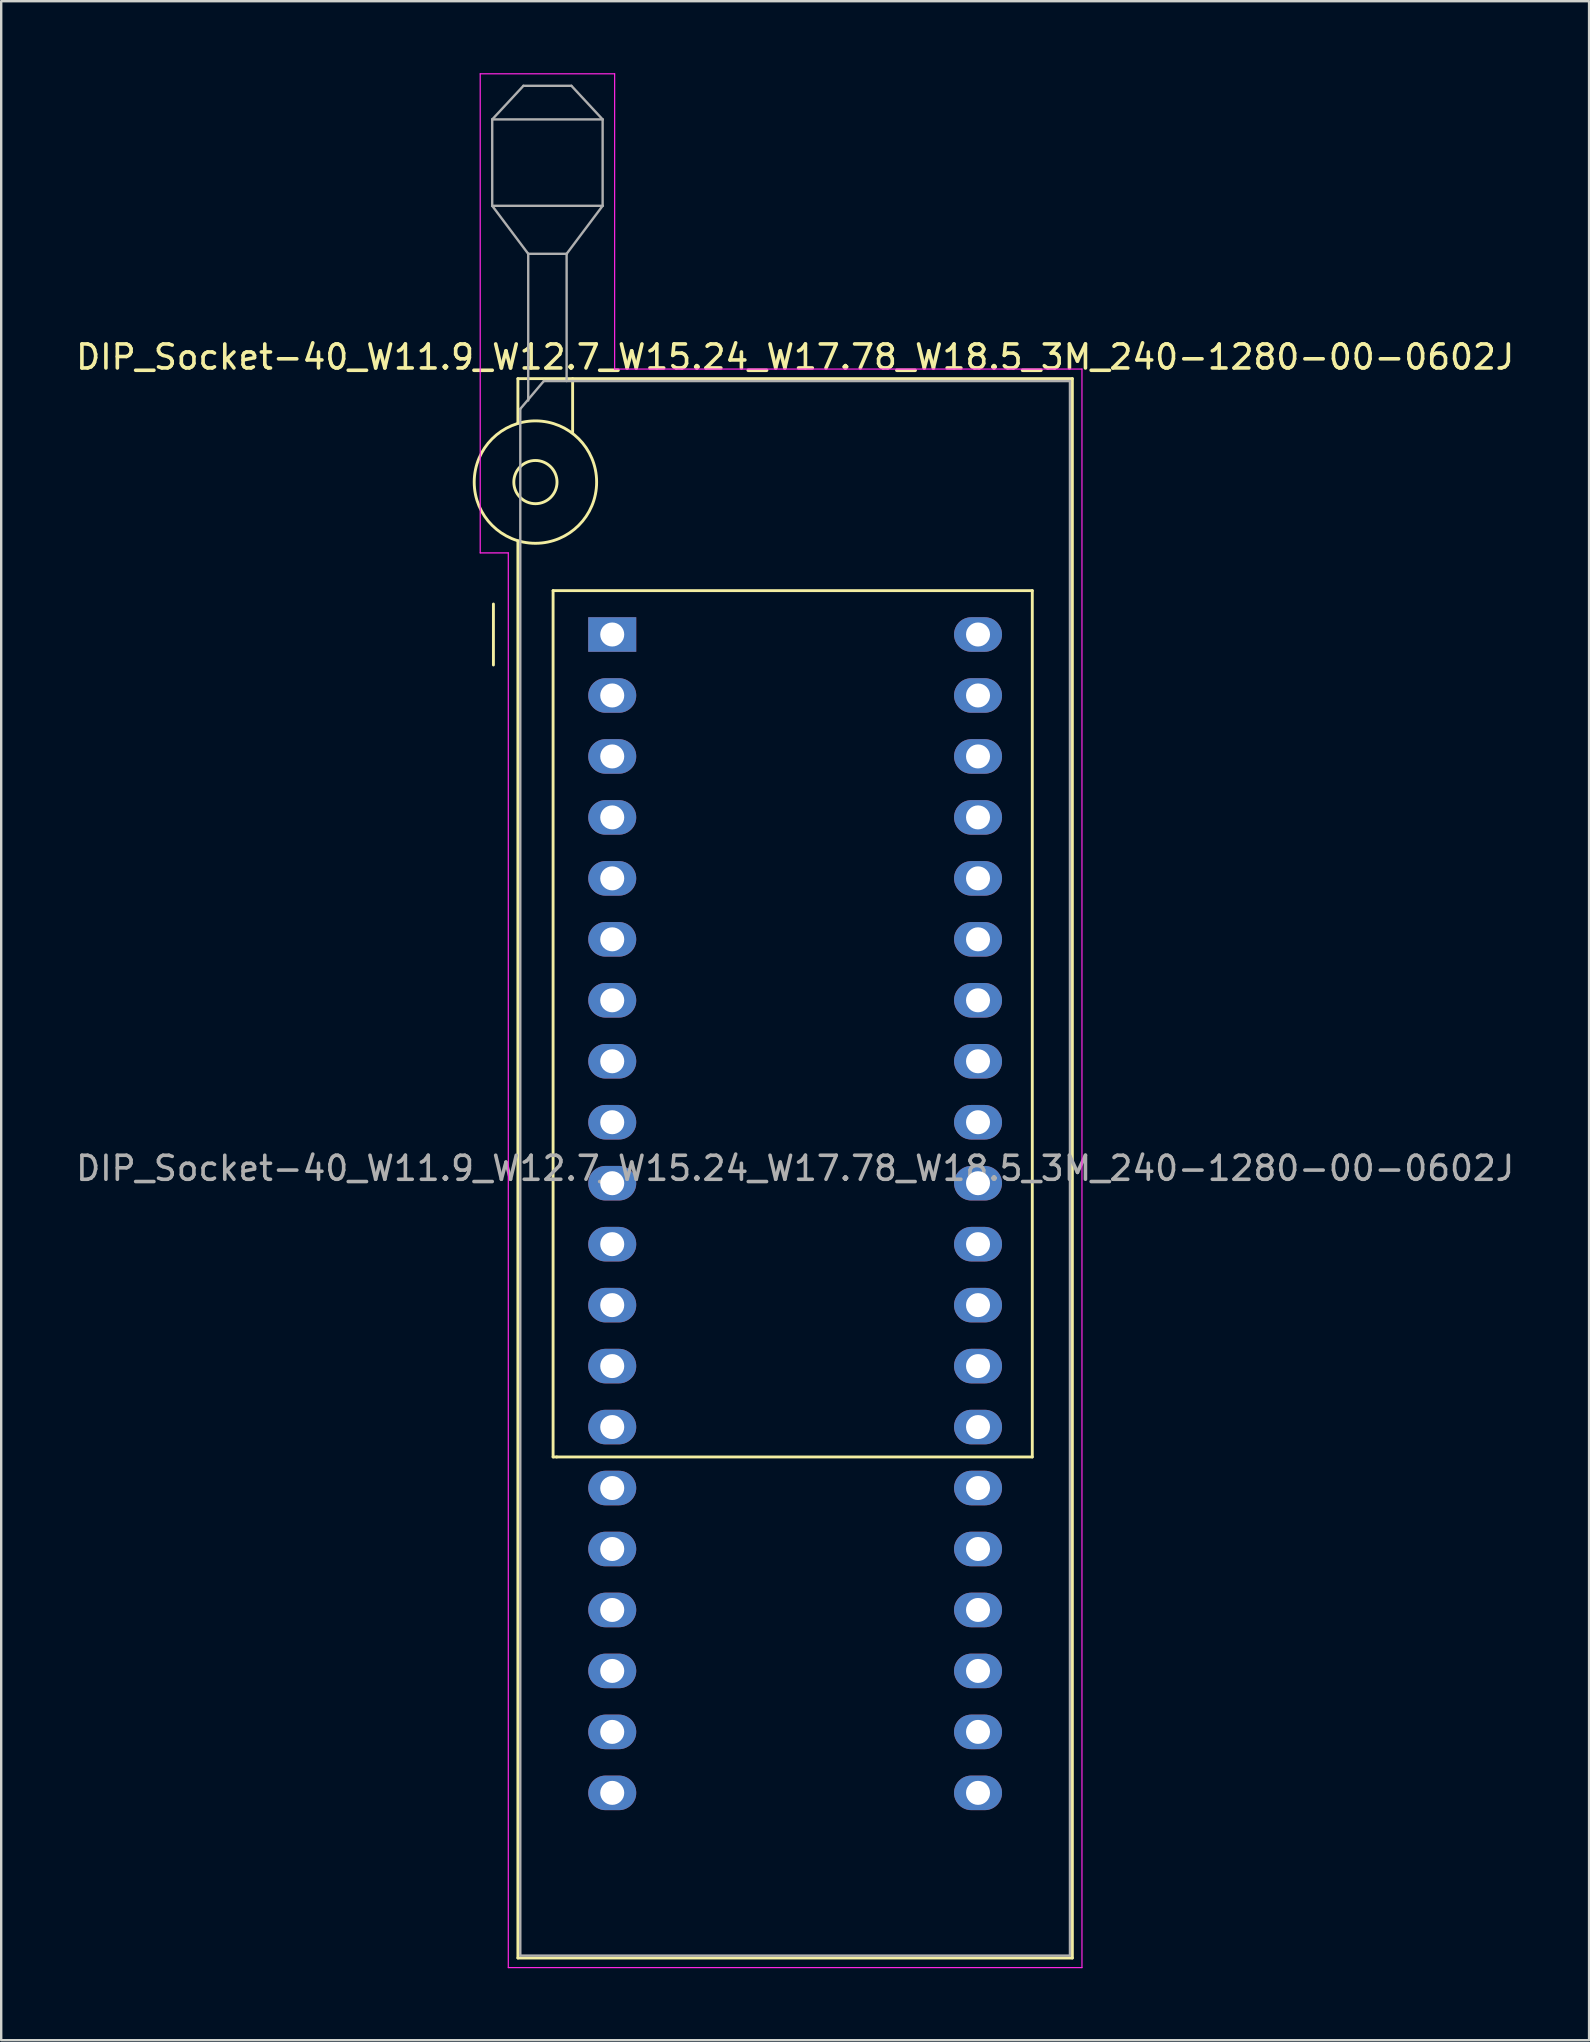
<source format=kicad_pcb>
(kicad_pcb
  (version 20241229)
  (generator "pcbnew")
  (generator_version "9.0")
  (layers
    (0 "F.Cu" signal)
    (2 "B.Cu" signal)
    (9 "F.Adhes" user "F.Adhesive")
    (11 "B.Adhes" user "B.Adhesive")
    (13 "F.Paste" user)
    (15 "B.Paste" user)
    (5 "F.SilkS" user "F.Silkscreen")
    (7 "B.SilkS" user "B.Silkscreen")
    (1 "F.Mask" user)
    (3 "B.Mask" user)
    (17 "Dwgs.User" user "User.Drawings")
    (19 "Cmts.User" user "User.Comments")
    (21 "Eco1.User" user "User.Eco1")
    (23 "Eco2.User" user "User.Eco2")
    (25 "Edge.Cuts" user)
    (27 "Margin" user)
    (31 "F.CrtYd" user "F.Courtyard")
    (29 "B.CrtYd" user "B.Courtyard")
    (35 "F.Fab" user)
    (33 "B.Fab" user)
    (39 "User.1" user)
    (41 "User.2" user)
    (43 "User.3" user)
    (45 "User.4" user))
  (footprint "DIP_Socket-40_W11.9_W12.7_W15.24_W17.78_W18.5_3M_240-1280-00-0602J"
    (layer "F.Cu")
    (at 29.823 45.077)
    (property "Reference" "DIP_Socket-40_W11.9_W12.7_W15.24_W17.78_W18.5_3M_240-1280-00-0602J" (at 0.254 -33.252 0) (layer "F.SilkS") (effects (font (size 1 1) (thickness 0.15))))
    (attr through_hole)
    (fp_line (start -12.316 -20.422) (end -12.316 -22.962) (stroke (width 0.12) (type solid)) (layer "F.SilkS"))
    (fp_line (start -11.296 -32.352) (end -11.296 -30.492) (stroke (width 0.12) (type solid)) (layer "F.SilkS"))
    (fp_line (start -11.296 -25.592) (end -11.296 33.448) (stroke (width 0.12) (type solid)) (layer "F.SilkS"))
    (fp_line (start -11.296 33.448) (end 11.804 33.448) (stroke (width 0.12) (type solid)) (layer "F.SilkS"))
    (fp_line (start -9.83 -23.52) (end -9.83 12.573) (stroke (width 0.12) (type solid)) (layer "F.SilkS"))
    (fp_line (start -9.83 12.573) (end -9.677 12.573) (stroke (width 0.12) (type solid)) (layer "F.SilkS"))
    (fp_line (start -9.677 12.573) (end 10.135 12.573) (stroke (width 0.12) (type solid)) (layer "F.SilkS"))
    (fp_line (start -9.016 -32.352) (end -9.016 -30.092) (stroke (width 0.12) (type solid)) (layer "F.SilkS"))
    (fp_line (start 10.135 -23.52) (end -9.83 -23.52) (stroke (width 0.12) (type solid)) (layer "F.SilkS"))
    (fp_line (start 10.135 12.573) (end 10.135 -23.52) (stroke (width 0.12) (type solid)) (layer "F.SilkS"))
    (fp_line (start 11.804 -32.352) (end -11.296 -32.352) (stroke (width 0.12) (type solid)) (layer "F.SilkS"))
    (fp_line (start 11.804 33.448) (end 11.804 -32.352) (stroke (width 0.12) (type solid)) (layer "F.SilkS"))
    (fp_circle (center -10.566 -28.042) (end -9.666 -28.042) (stroke (width 0.12) (type solid)) (fill no) (layer "F.SilkS"))
    (fp_circle (center -10.566 -28.042) (end -8.016 -28.042) (stroke (width 0.12) (type solid)) (fill no) (layer "F.SilkS"))
    (fp_line (start -12.866 -45.052) (end -7.266 -45.052) (stroke (width 0.05) (type solid)) (layer "F.CrtYd"))
    (fp_line (start -12.866 -25.092) (end -12.866 -45.052) (stroke (width 0.05) (type solid)) (layer "F.CrtYd"))
    (fp_line (start -11.696 -25.092) (end -12.866 -25.092) (stroke (width 0.05) (type solid)) (layer "F.CrtYd"))
    (fp_line (start -11.696 33.848) (end -11.696 -25.092) (stroke (width 0.05) (type solid)) (layer "F.CrtYd"))
    (fp_line (start -7.266 -45.052) (end -7.266 -32.752) (stroke (width 0.05) (type solid)) (layer "F.CrtYd"))
    (fp_line (start -7.266 -32.752) (end 12.204 -32.752) (stroke (width 0.05) (type solid)) (layer "F.CrtYd"))
    (fp_line (start 12.204 -32.752) (end 12.204 33.848) (stroke (width 0.05) (type solid)) (layer "F.CrtYd"))
    (fp_line (start 12.204 33.848) (end -11.696 33.848) (stroke (width 0.05) (type solid)) (layer "F.CrtYd"))
    (fp_line (start -12.366 -43.152) (end -12.366 -39.552) (stroke (width 0.1) (type solid)) (layer "F.Fab"))
    (fp_line (start -12.366 -43.152) (end -11.066 -44.552) (stroke (width 0.1) (type solid)) (layer "F.Fab"))
    (fp_line (start -12.366 -39.552) (end -10.866 -37.552) (stroke (width 0.1) (type solid)) (layer "F.Fab"))
    (fp_line (start -12.366 -39.552) (end -7.766 -39.552) (stroke (width 0.1) (type solid)) (layer "F.Fab"))
    (fp_line (start -11.196 -31.092) (end -10.216 -32.252) (stroke (width 0.1) (type solid)) (layer "F.Fab"))
    (fp_line (start -11.196 33.348) (end -11.196 -31.092) (stroke (width 0.1) (type solid)) (layer "F.Fab"))
    (fp_line (start -11.066 -44.552) (end -9.066 -44.552) (stroke (width 0.1) (type solid)) (layer "F.Fab"))
    (fp_line (start -10.866 -37.552) (end -9.266 -37.552) (stroke (width 0.1) (type solid)) (layer "F.Fab"))
    (fp_line (start -10.866 -31.442) (end -10.866 -37.552) (stroke (width 0.1) (type solid)) (layer "F.Fab"))
    (fp_line (start -10.216 -32.252) (end 11.704 -32.252) (stroke (width 0.1) (type solid)) (layer "F.Fab"))
    (fp_line (start -9.266 -37.552) (end -9.266 -32.252) (stroke (width 0.1) (type solid)) (layer "F.Fab"))
    (fp_line (start -9.066 -44.552) (end -7.766 -43.152) (stroke (width 0.1) (type solid)) (layer "F.Fab"))
    (fp_line (start -7.766 -43.152) (end -12.366 -43.152) (stroke (width 0.1) (type solid)) (layer "F.Fab"))
    (fp_line (start -7.766 -39.552) (end -9.266 -37.552) (stroke (width 0.1) (type solid)) (layer "F.Fab"))
    (fp_line (start -7.766 -39.552) (end -7.766 -43.152) (stroke (width 0.1) (type solid)) (layer "F.Fab"))
    (fp_line (start 11.704 -32.252) (end 11.704 33.348) (stroke (width 0.1) (type solid)) (layer "F.Fab"))
    (fp_line (start 11.704 33.348) (end -11.196 33.348) (stroke (width 0.1) (type solid)) (layer "F.Fab"))
    (fp_text user "${REFERENCE}" (at 0.254 0.548 0) (layer "F.Fab") (effects (font (size 1 1) (thickness 0.15))))
    (pad "" thru_hole oval (at -7.366 13.868) (size 2 1.44) (drill 1) (layers "*.Cu" "*.Mask"))
    (pad "" thru_hole oval (at -7.366 16.408) (size 2 1.44) (drill 1) (layers "*.Cu" "*.Mask"))
    (pad "" thru_hole oval (at -7.366 18.948) (size 2 1.44) (drill 1) (layers "*.Cu" "*.Mask"))
    (pad "" thru_hole oval (at -7.366 21.488) (size 2 1.44) (drill 1) (layers "*.Cu" "*.Mask"))
    (pad "" thru_hole oval (at -7.366 24.028) (size 2 1.44) (drill 1) (layers "*.Cu" "*.Mask"))
    (pad "" thru_hole oval (at -7.366 26.568) (size 2 1.44) (drill 1) (layers "*.Cu" "*.Mask"))
    (pad "" thru_hole oval (at 7.874 13.868) (size 2 1.44) (drill 1) (layers "*.Cu" "*.Mask"))
    (pad "" thru_hole oval (at 7.874 16.408) (size 2 1.44) (drill 1) (layers "*.Cu" "*.Mask"))
    (pad "" thru_hole oval (at 7.874 18.948) (size 2 1.44) (drill 1) (layers "*.Cu" "*.Mask"))
    (pad "" thru_hole oval (at 7.874 21.488) (size 2 1.44) (drill 1) (layers "*.Cu" "*.Mask"))
    (pad "" thru_hole oval (at 7.874 24.028) (size 2 1.44) (drill 1) (layers "*.Cu" "*.Mask"))
    (pad "" thru_hole oval (at 7.874 26.568) (size 2 1.44) (drill 1) (layers "*.Cu" "*.Mask"))
    (pad "1" thru_hole rect (at -7.366 -21.692) (size 2 1.44) (drill 1) (layers "*.Cu" "*.Mask"))
    (pad "2" thru_hole oval (at -7.366 -19.152) (size 2 1.44) (drill 1) (layers "*.Cu" "*.Mask"))
    (pad "3" thru_hole oval (at -7.366 -16.612) (size 2 1.44) (drill 1) (layers "*.Cu" "*.Mask"))
    (pad "4" thru_hole oval (at -7.366 -14.072) (size 2 1.44) (drill 1) (layers "*.Cu" "*.Mask"))
    (pad "5" thru_hole oval (at -7.366 -11.532) (size 2 1.44) (drill 1) (layers "*.Cu" "*.Mask"))
    (pad "6" thru_hole oval (at -7.366 -8.992) (size 2 1.44) (drill 1) (layers "*.Cu" "*.Mask"))
    (pad "7" thru_hole oval (at -7.366 -6.452) (size 2 1.44) (drill 1) (layers "*.Cu" "*.Mask"))
    (pad "8" thru_hole oval (at -7.366 -3.912) (size 2 1.44) (drill 1) (layers "*.Cu" "*.Mask"))
    (pad "9" thru_hole oval (at -7.366 -1.372) (size 2 1.44) (drill 1) (layers "*.Cu" "*.Mask"))
    (pad "10" thru_hole oval (at -7.366 1.168) (size 2 1.44) (drill 1) (layers "*.Cu" "*.Mask"))
    (pad "11" thru_hole oval (at -7.366 3.708) (size 2 1.44) (drill 1) (layers "*.Cu" "*.Mask"))
    (pad "12" thru_hole oval (at -7.366 6.248) (size 2 1.44) (drill 1) (layers "*.Cu" "*.Mask"))
    (pad "13" thru_hole oval (at -7.366 8.788) (size 2 1.44) (drill 1) (layers "*.Cu" "*.Mask"))
    (pad "14" thru_hole oval (at -7.366 11.328) (size 2 1.44) (drill 1) (layers "*.Cu" "*.Mask"))
    (pad "15" thru_hole oval (at 7.874 11.328) (size 2 1.44) (drill 1) (layers "*.Cu" "*.Mask"))
    (pad "16" thru_hole oval (at 7.874 8.788) (size 2 1.44) (drill 1) (layers "*.Cu" "*.Mask"))
    (pad "17" thru_hole oval (at 7.874 6.248) (size 2 1.44) (drill 1) (layers "*.Cu" "*.Mask"))
    (pad "18" thru_hole oval (at 7.874 3.708) (size 2 1.44) (drill 1) (layers "*.Cu" "*.Mask"))
    (pad "19" thru_hole oval (at 7.874 1.168) (size 2 1.44) (drill 1) (layers "*.Cu" "*.Mask"))
    (pad "20" thru_hole oval (at 7.874 -1.372) (size 2 1.44) (drill 1) (layers "*.Cu" "*.Mask"))
    (pad "21" thru_hole oval (at 7.874 -3.912) (size 2 1.44) (drill 1) (layers "*.Cu" "*.Mask"))
    (pad "22" thru_hole oval (at 7.874 -6.452) (size 2 1.44) (drill 1) (layers "*.Cu" "*.Mask"))
    (pad "23" thru_hole oval (at 7.874 -8.992) (size 2 1.44) (drill 1) (layers "*.Cu" "*.Mask"))
    (pad "24" thru_hole oval (at 7.874 -11.532) (size 2 1.44) (drill 1) (layers "*.Cu" "*.Mask"))
    (pad "25" thru_hole oval (at 7.874 -14.072) (size 2 1.44) (drill 1) (layers "*.Cu" "*.Mask"))
    (pad "26" thru_hole oval (at 7.874 -16.612) (size 2 1.44) (drill 1) (layers "*.Cu" "*.Mask"))
    (pad "27" thru_hole oval (at 7.874 -19.152) (size 2 1.44) (drill 1) (layers "*.Cu" "*.Mask"))
    (pad "28" thru_hole oval (at 7.874 -21.692) (size 2 1.44) (drill 1) (layers "*.Cu" "*.Mask")))
  (gr_rect
    (start -3 -3)
    (end 63.155 81.95)
    (stroke (width 0.1) (type default))
    (fill no)
    (layer "Edge.Cuts")))
</source>
